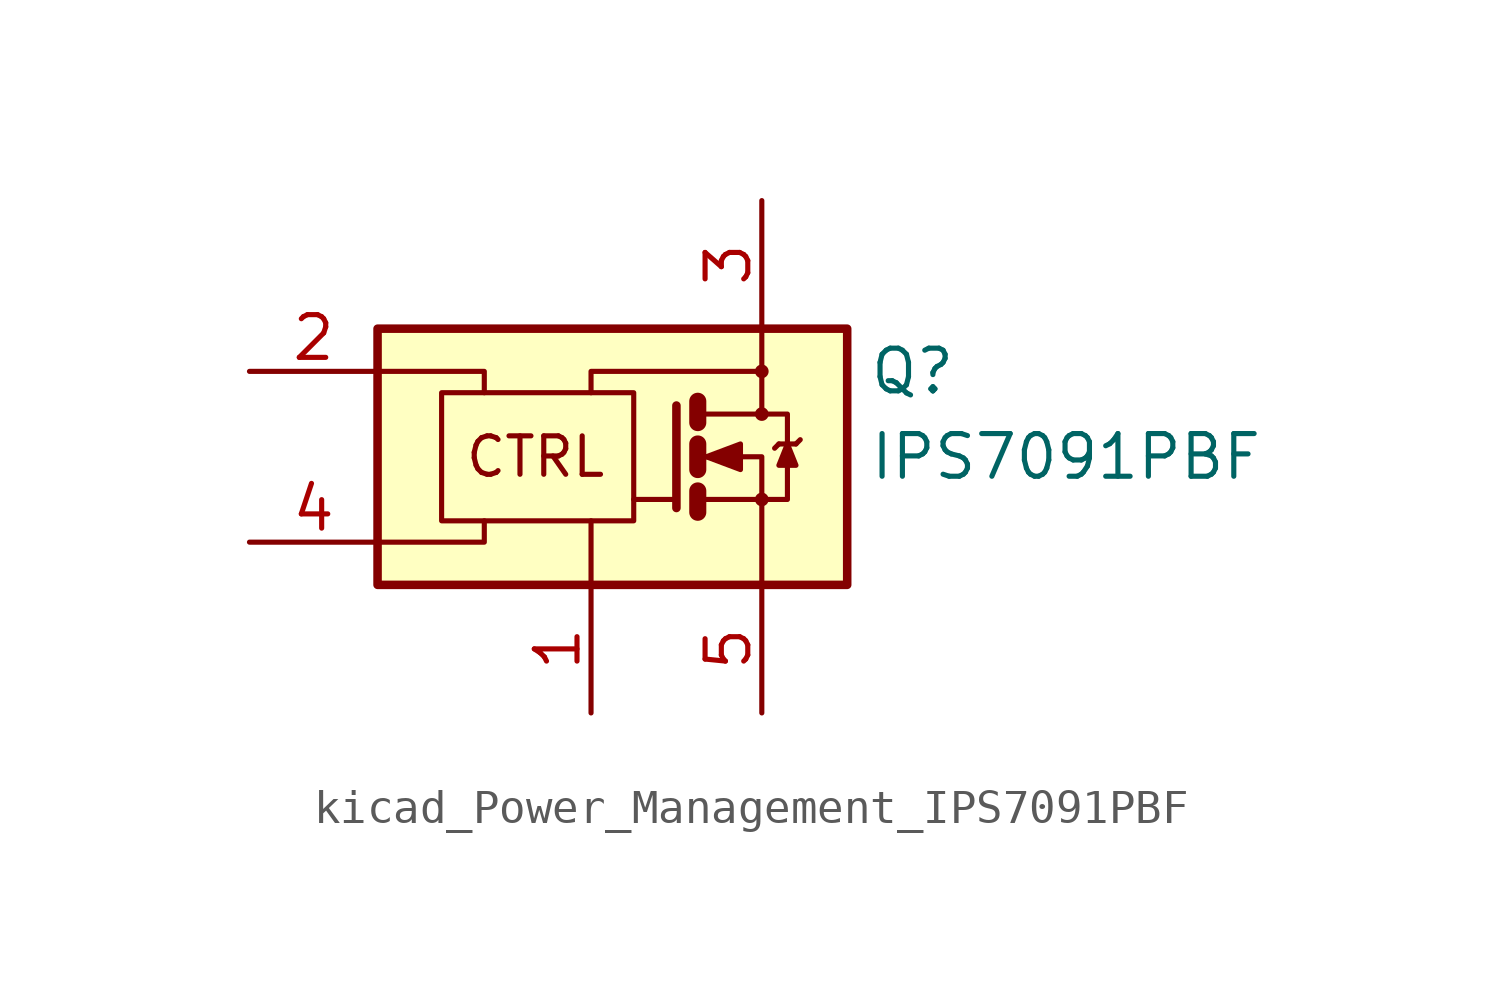
<source format=kicad_sym>
(kicad_symbol_lib
  (version 20220914)
  (generator kicad_symbol_editor)
  (symbol "kicad_Power_Management_IPS7091PBF"
    (pin_names
      (offset 0) hide)
    (property "Reference" "Q"
      (at 8.255 2.54 0)
      (effects (font (size 1.27 1.27)) (justify left)))
    (property "Value" "IPS7091PBF"
      (at 8.255 0 0)
      (effects (font (size 1.27 1.27)) (justify left)))
    (symbol "kicad_Power_Management_IPS7091PBF_0_0"
      (rectangle (start -6.35 3.81) (end 7.62 -3.81) (stroke (width 0.254) (type default)) (fill (type background)))
      (polyline (pts (xy 0 -3.81) (xy 0 -1.905)) (stroke (width 0) (type default)) (fill (type none)))
      (polyline (pts (xy -6.35 -2.54) (xy -3.175 -2.54) (xy -3.175 -1.905)) (stroke (width 0) (type default)) (fill (type none)))
      (polyline (pts (xy -6.35 2.54) (xy -3.175 2.54) (xy -3.175 1.905)) (stroke (width 0) (type default)) (fill (type none)))
      (polyline (pts (xy 0 1.905) (xy 0 2.54) (xy 5.08 2.54)) (stroke (width 0) (type default)) (fill (type none)))
      (circle (center 5.08 2.54) (radius 0.127) (stroke (width 0) (type default)) (fill (type none)))
      (text "CTRL" (at -1.651 0 0) (effects (font (size 1.143 1.143)))))
    (symbol "kicad_Power_Management_IPS7091PBF_0_1"
      (rectangle (start -4.445 1.905) (end 1.27 -1.905) (stroke (width 0) (type default)) (fill (type none)))
      (polyline (pts (xy 2.54 -1.27) (xy 1.27 -1.27)) (stroke (width 0) (type default)) (fill (type none)))
      (polyline (pts (xy 3.175 -1.016) (xy 3.175 -1.651)) (stroke (width 0.508) (type default)) (fill (type none)))
      (polyline (pts (xy 3.175 0.381) (xy 3.175 -0.381)) (stroke (width 0.508) (type default)) (fill (type none)))
      (polyline (pts (xy 3.175 1.651) (xy 3.175 1.016)) (stroke (width 0.508) (type default)) (fill (type none)))
      (polyline (pts (xy 5.588 0.381) (xy 5.461 0.254)) (stroke (width 0) (type default)) (fill (type none)))
      (polyline (pts (xy 5.588 0.381) (xy 6.096 0.381)) (stroke (width 0) (type default)) (fill (type none)))
      (polyline (pts (xy 6.096 0.381) (xy 6.223 0.508)) (stroke (width 0) (type default)) (fill (type none)))
      (polyline (pts (xy 2.54 1.524) (xy 2.54 -1.524) (xy 2.54 -1.524)) (stroke (width 0.254) (type default)) (fill (type none)))
      (polyline (pts (xy 3.302 0) (xy 5.08 0) (xy 5.08 -3.81)) (stroke (width 0) (type default)) (fill (type none)))
      (polyline (pts (xy 5.08 3.81) (xy 5.08 1.27) (xy 3.302 1.27)) (stroke (width 0) (type default)) (fill (type none)))
      (polyline (pts (xy 3.302 -1.27) (xy 5.842 -1.27) (xy 5.842 1.27) (xy 5.08 1.27)) (stroke (width 0) (type default)) (fill (type none)))
      (polyline (pts (xy 5.842 0.381) (xy 5.588 -0.254) (xy 6.096 -0.254) (xy 5.842 0.381)) (stroke (width 0) (type default)) (fill (type outline)))
      (polyline (pts (xy 3.429 0) (xy 4.445 0.381) (xy 4.445 -0.381) (xy 3.429 0) (xy 3.556 0) (xy 3.556 0)) (stroke (width 0) (type default)) (fill (type outline)))
      (circle (center 5.08 -1.27) (radius 0.127) (stroke (width 0) (type default)) (fill (type none)))
      (circle (center 5.08 1.27) (radius 0.127) (stroke (width 0) (type default)) (fill (type none))))
    (symbol "kicad_Power_Management_IPS7091PBF_1_1"
      (pin power_in line (at 0 -7.62 90) (length 3.81) (name "GND" (effects (font (size 1.27 1.27)))) (number "1" (effects (font (size 1.27 1.27)))))
      (pin input line (at -10.16 2.54 0) (length 3.81) (name "IN" (effects (font (size 1.27 1.27)))) (number "2" (effects (font (size 1.27 1.27)))))
      (pin power_in line (at 5.08 7.62 270) (length 3.81) (name "VCC" (effects (font (size 1.27 1.27)))) (number "3" (effects (font (size 1.27 1.27)))))
      (pin bidirectional line (at -10.16 -2.54 0) (length 3.81) (name "DG" (effects (font (size 1.27 1.27)))) (number "4" (effects (font (size 1.27 1.27)))))
      (pin output line (at 5.08 -7.62 90) (length 3.81) (name "OUT" (effects (font (size 1.27 1.27)))) (number "5" (effects (font (size 1.27 1.27))))))))
</source>
